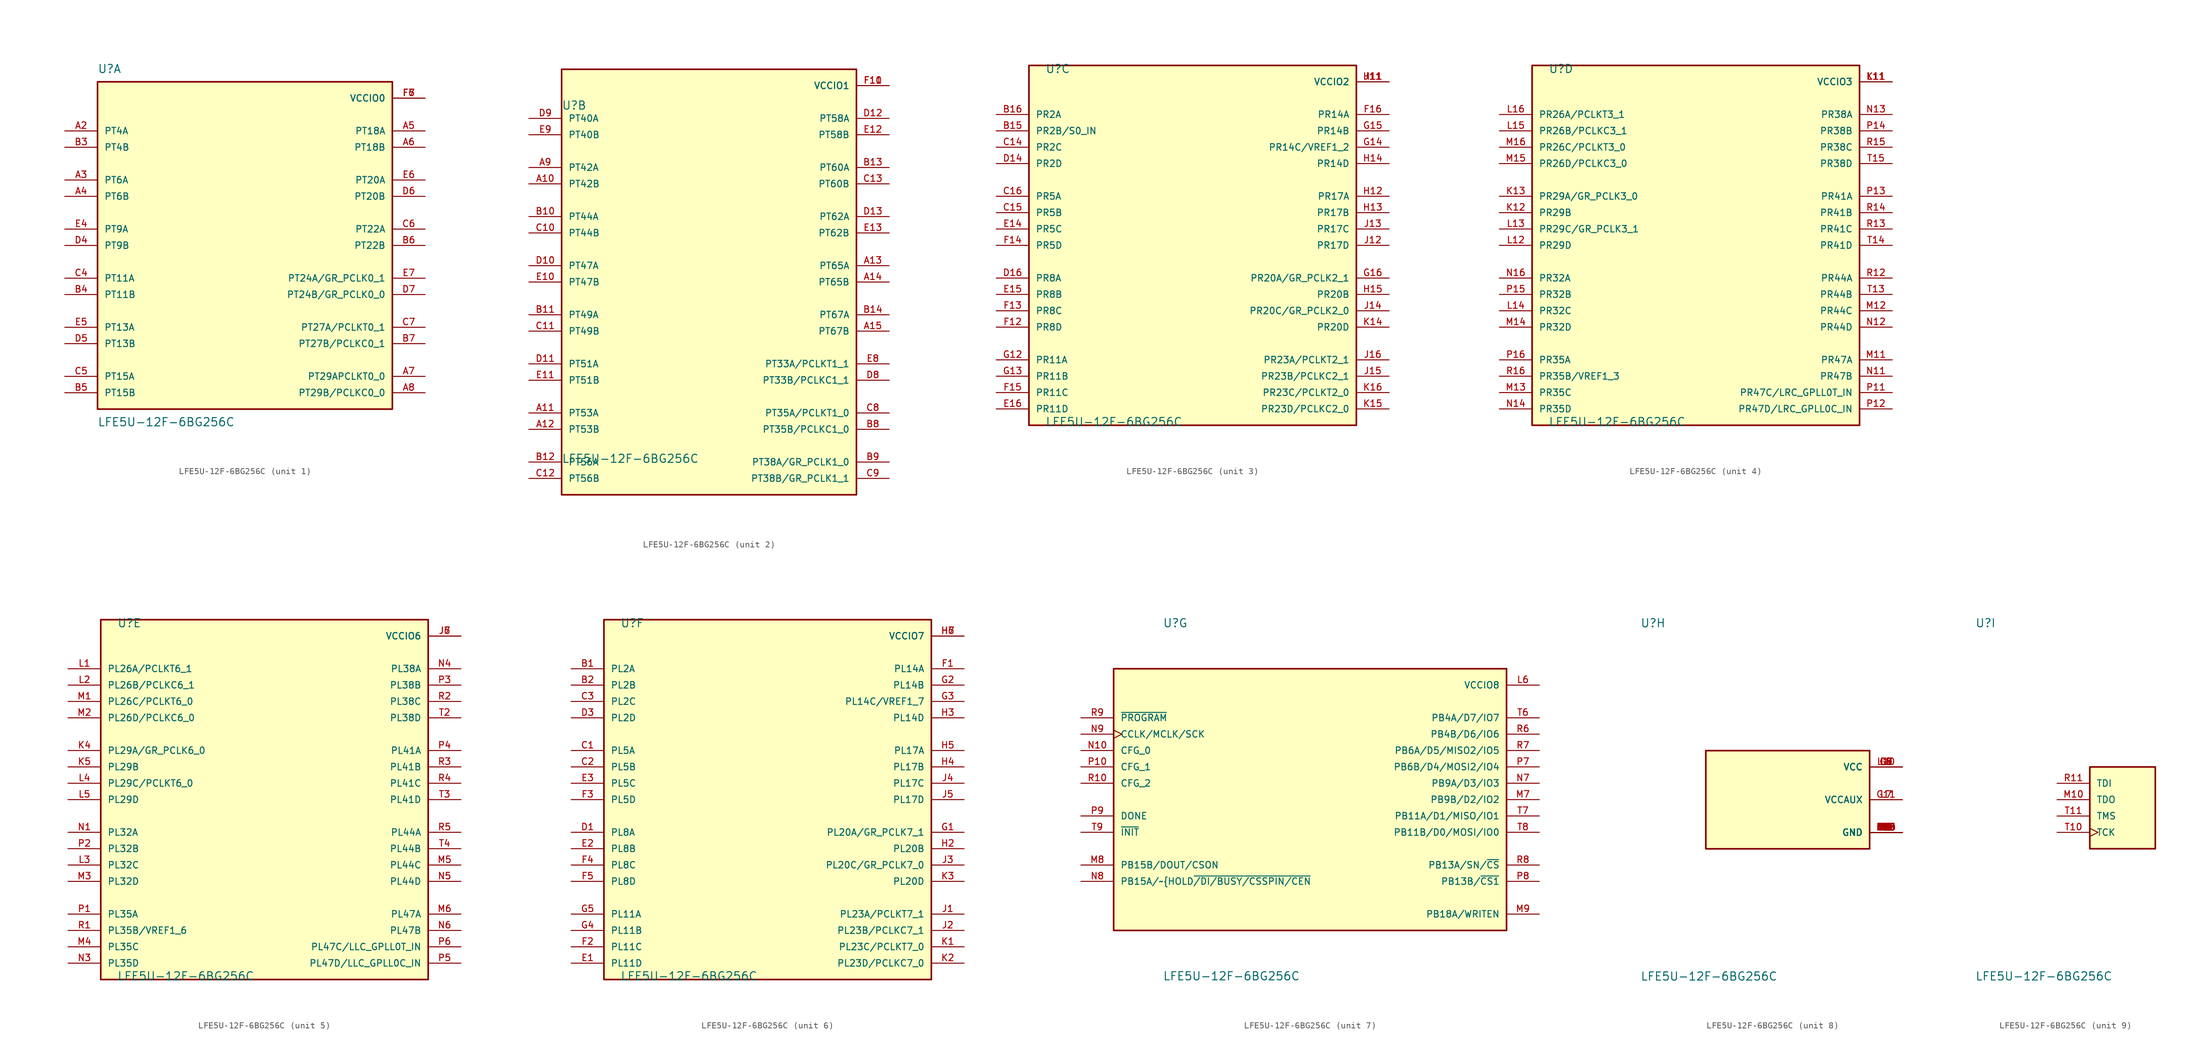
<source format=kicad_sym>
(kicad_symbol_lib
  (version 20211014)
  (generator kicad_symbol_editor)
  (symbol "LFE5U-12F-6BG256C"
    (pin_names
      (offset 1.016))
    (property "Reference" "U"
      (at -22.86 26.67 0)
      (effects (font (size 1.27 1.27)) (justify bottom left)))
    (property "Value" "LFE5U-12F-6BG256C"
      (at -22.86 -26.67 0)
      (effects (font (size 1.27 1.27)) (justify top left)))
    (symbol "LFE5U-12F-6BG256C_1_0"
      (rectangle (start -22.86 -25.4) (end 22.86 25.4) (stroke (width 0.254)) (fill (type background)))
      (pin power_in line (at 27.94 22.86 180.0) (length 5.08) (name "VCCIO0" (effects (font (size 1.016 1.016)))) (number "F6" (effects (font (size 1.016 1.016)))))
      (pin power_in line (at 27.94 22.86 180.0) (length 5.08) (name "VCCIO0" (effects (font (size 1.016 1.016)))) (number "F7" (effects (font (size 1.016 1.016)))))
      (pin bidirectional line (at -27.94 17.78 0) (length 5.08) (name "PT4A" (effects (font (size 1.016 1.016)))) (number "A2" (effects (font (size 1.016 1.016)))))
      (pin bidirectional line (at -27.94 10.16 0) (length 5.08) (name "PT6A" (effects (font (size 1.016 1.016)))) (number "A3" (effects (font (size 1.016 1.016)))))
      (pin bidirectional line (at -27.94 7.62 0) (length 5.08) (name "PT6B" (effects (font (size 1.016 1.016)))) (number "A4" (effects (font (size 1.016 1.016)))))
      (pin bidirectional line (at 27.94 17.78 180.0) (length 5.08) (name "PT18A" (effects (font (size 1.016 1.016)))) (number "A5" (effects (font (size 1.016 1.016)))))
      (pin bidirectional line (at 27.94 15.24 180.0) (length 5.08) (name "PT18B" (effects (font (size 1.016 1.016)))) (number "A6" (effects (font (size 1.016 1.016)))))
      (pin bidirectional line (at 27.94 -20.32 180.0) (length 5.08) (name "PT29APCLKT0_0" (effects (font (size 1.016 1.016)))) (number "A7" (effects (font (size 1.016 1.016)))))
      (pin bidirectional line (at 27.94 -22.86 180.0) (length 5.08) (name "PT29B/PCLKC0_0" (effects (font (size 1.016 1.016)))) (number "A8" (effects (font (size 1.016 1.016)))))
      (pin bidirectional line (at -27.94 15.24 0) (length 5.08) (name "PT4B" (effects (font (size 1.016 1.016)))) (number "B3" (effects (font (size 1.016 1.016)))))
      (pin bidirectional line (at -27.94 -7.62 0) (length 5.08) (name "PT11B" (effects (font (size 1.016 1.016)))) (number "B4" (effects (font (size 1.016 1.016)))))
      (pin bidirectional line (at -27.94 -22.86 0) (length 5.08) (name "PT15B" (effects (font (size 1.016 1.016)))) (number "B5" (effects (font (size 1.016 1.016)))))
      (pin bidirectional line (at 27.94 0.0 180.0) (length 5.08) (name "PT22B" (effects (font (size 1.016 1.016)))) (number "B6" (effects (font (size 1.016 1.016)))))
      (pin bidirectional line (at 27.94 -15.24 180.0) (length 5.08) (name "PT27B/PCLKC0_1" (effects (font (size 1.016 1.016)))) (number "B7" (effects (font (size 1.016 1.016)))))
      (pin bidirectional line (at -27.94 -5.08 0) (length 5.08) (name "PT11A" (effects (font (size 1.016 1.016)))) (number "C4" (effects (font (size 1.016 1.016)))))
      (pin bidirectional line (at -27.94 -20.32 0) (length 5.08) (name "PT15A" (effects (font (size 1.016 1.016)))) (number "C5" (effects (font (size 1.016 1.016)))))
      (pin bidirectional line (at 27.94 2.54 180.0) (length 5.08) (name "PT22A" (effects (font (size 1.016 1.016)))) (number "C6" (effects (font (size 1.016 1.016)))))
      (pin bidirectional line (at 27.94 -12.7 180.0) (length 5.08) (name "PT27A/PCLKT0_1" (effects (font (size 1.016 1.016)))) (number "C7" (effects (font (size 1.016 1.016)))))
      (pin bidirectional line (at -27.94 0.0 0) (length 5.08) (name "PT9B" (effects (font (size 1.016 1.016)))) (number "D4" (effects (font (size 1.016 1.016)))))
      (pin bidirectional line (at -27.94 -15.24 0) (length 5.08) (name "PT13B" (effects (font (size 1.016 1.016)))) (number "D5" (effects (font (size 1.016 1.016)))))
      (pin bidirectional line (at 27.94 7.62 180.0) (length 5.08) (name "PT20B" (effects (font (size 1.016 1.016)))) (number "D6" (effects (font (size 1.016 1.016)))))
      (pin bidirectional line (at 27.94 -7.62 180.0) (length 5.08) (name "PT24B/GR_PCLK0_0" (effects (font (size 1.016 1.016)))) (number "D7" (effects (font (size 1.016 1.016)))))
      (pin bidirectional line (at -27.94 2.54 0) (length 5.08) (name "PT9A" (effects (font (size 1.016 1.016)))) (number "E4" (effects (font (size 1.016 1.016)))))
      (pin bidirectional line (at -27.94 -12.7 0) (length 5.08) (name "PT13A" (effects (font (size 1.016 1.016)))) (number "E5" (effects (font (size 1.016 1.016)))))
      (pin bidirectional line (at 27.94 10.16 180.0) (length 5.08) (name "PT20A" (effects (font (size 1.016 1.016)))) (number "E6" (effects (font (size 1.016 1.016)))))
      (pin bidirectional line (at 27.94 -5.08 180.0) (length 5.08) (name "PT24A/GR_PCLK0_1" (effects (font (size 1.016 1.016)))) (number "E7" (effects (font (size 1.016 1.016))))))
    (symbol "LFE5U-12F-6BG256C_2_0"
      (rectangle (start -22.86 -33.02) (end 22.86 33.02) (stroke (width 0.254)) (fill (type background)))
      (pin power_in line (at 27.94 30.48 180.0) (length 5.08) (name "VCCIO1" (effects (font (size 1.016 1.016)))) (number "F10" (effects (font (size 1.016 1.016)))))
      (pin power_in line (at 27.94 30.48 180.0) (length 5.08) (name "VCCIO1" (effects (font (size 1.016 1.016)))) (number "F11" (effects (font (size 1.016 1.016)))))
      (pin bidirectional line (at -27.94 15.24 0) (length 5.08) (name "PT42B" (effects (font (size 1.016 1.016)))) (number "A10" (effects (font (size 1.016 1.016)))))
      (pin bidirectional line (at -27.94 -20.32 0) (length 5.08) (name "PT53A" (effects (font (size 1.016 1.016)))) (number "A11" (effects (font (size 1.016 1.016)))))
      (pin bidirectional line (at -27.94 -22.86 0) (length 5.08) (name "PT53B" (effects (font (size 1.016 1.016)))) (number "A12" (effects (font (size 1.016 1.016)))))
      (pin bidirectional line (at 27.94 2.54 180.0) (length 5.08) (name "PT65A" (effects (font (size 1.016 1.016)))) (number "A13" (effects (font (size 1.016 1.016)))))
      (pin bidirectional line (at 27.94 0.0 180.0) (length 5.08) (name "PT65B" (effects (font (size 1.016 1.016)))) (number "A14" (effects (font (size 1.016 1.016)))))
      (pin bidirectional line (at 27.94 -7.62 180.0) (length 5.08) (name "PT67B" (effects (font (size 1.016 1.016)))) (number "A15" (effects (font (size 1.016 1.016)))))
      (pin bidirectional line (at -27.94 17.78 0) (length 5.08) (name "PT42A" (effects (font (size 1.016 1.016)))) (number "A9" (effects (font (size 1.016 1.016)))))
      (pin bidirectional line (at -27.94 10.16 0) (length 5.08) (name "PT44A" (effects (font (size 1.016 1.016)))) (number "B10" (effects (font (size 1.016 1.016)))))
      (pin bidirectional line (at -27.94 -5.08 0) (length 5.08) (name "PT49A" (effects (font (size 1.016 1.016)))) (number "B11" (effects (font (size 1.016 1.016)))))
      (pin bidirectional line (at -27.94 -27.94 0) (length 5.08) (name "PT56A" (effects (font (size 1.016 1.016)))) (number "B12" (effects (font (size 1.016 1.016)))))
      (pin bidirectional line (at 27.94 17.78 180.0) (length 5.08) (name "PT60A" (effects (font (size 1.016 1.016)))) (number "B13" (effects (font (size 1.016 1.016)))))
      (pin bidirectional line (at 27.94 -5.08 180.0) (length 5.08) (name "PT67A" (effects (font (size 1.016 1.016)))) (number "B14" (effects (font (size 1.016 1.016)))))
      (pin bidirectional line (at 27.94 -22.86 180.0) (length 5.08) (name "PT35B/PCLKC1_0" (effects (font (size 1.016 1.016)))) (number "B8" (effects (font (size 1.016 1.016)))))
      (pin bidirectional line (at 27.94 -27.94 180.0) (length 5.08) (name "PT38A/GR_PCLK1_0" (effects (font (size 1.016 1.016)))) (number "B9" (effects (font (size 1.016 1.016)))))
      (pin bidirectional line (at -27.94 7.62 0) (length 5.08) (name "PT44B" (effects (font (size 1.016 1.016)))) (number "C10" (effects (font (size 1.016 1.016)))))
      (pin bidirectional line (at -27.94 -7.62 0) (length 5.08) (name "PT49B" (effects (font (size 1.016 1.016)))) (number "C11" (effects (font (size 1.016 1.016)))))
      (pin bidirectional line (at -27.94 -30.48 0) (length 5.08) (name "PT56B" (effects (font (size 1.016 1.016)))) (number "C12" (effects (font (size 1.016 1.016)))))
      (pin bidirectional line (at 27.94 15.24 180.0) (length 5.08) (name "PT60B" (effects (font (size 1.016 1.016)))) (number "C13" (effects (font (size 1.016 1.016)))))
      (pin bidirectional line (at 27.94 -20.32 180.0) (length 5.08) (name "PT35A/PCLKT1_0" (effects (font (size 1.016 1.016)))) (number "C8" (effects (font (size 1.016 1.016)))))
      (pin bidirectional line (at 27.94 -30.48 180.0) (length 5.08) (name "PT38B/GR_PCLK1_1" (effects (font (size 1.016 1.016)))) (number "C9" (effects (font (size 1.016 1.016)))))
      (pin bidirectional line (at -27.94 2.54 0) (length 5.08) (name "PT47A" (effects (font (size 1.016 1.016)))) (number "D10" (effects (font (size 1.016 1.016)))))
      (pin bidirectional line (at -27.94 -12.7 0) (length 5.08) (name "PT51A" (effects (font (size 1.016 1.016)))) (number "D11" (effects (font (size 1.016 1.016)))))
      (pin bidirectional line (at 27.94 25.4 180.0) (length 5.08) (name "PT58A" (effects (font (size 1.016 1.016)))) (number "D12" (effects (font (size 1.016 1.016)))))
      (pin bidirectional line (at 27.94 10.16 180.0) (length 5.08) (name "PT62A" (effects (font (size 1.016 1.016)))) (number "D13" (effects (font (size 1.016 1.016)))))
      (pin bidirectional line (at 27.94 -15.24 180.0) (length 5.08) (name "PT33B/PCLKC1_1" (effects (font (size 1.016 1.016)))) (number "D8" (effects (font (size 1.016 1.016)))))
      (pin bidirectional line (at -27.94 25.4 0) (length 5.08) (name "PT40A" (effects (font (size 1.016 1.016)))) (number "D9" (effects (font (size 1.016 1.016)))))
      (pin bidirectional line (at -27.94 0.0 0) (length 5.08) (name "PT47B" (effects (font (size 1.016 1.016)))) (number "E10" (effects (font (size 1.016 1.016)))))
      (pin bidirectional line (at -27.94 -15.24 0) (length 5.08) (name "PT51B" (effects (font (size 1.016 1.016)))) (number "E11" (effects (font (size 1.016 1.016)))))
      (pin bidirectional line (at 27.94 22.86 180.0) (length 5.08) (name "PT58B" (effects (font (size 1.016 1.016)))) (number "E12" (effects (font (size 1.016 1.016)))))
      (pin bidirectional line (at 27.94 7.62 180.0) (length 5.08) (name "PT62B" (effects (font (size 1.016 1.016)))) (number "E13" (effects (font (size 1.016 1.016)))))
      (pin bidirectional line (at 27.94 -12.7 180.0) (length 5.08) (name "PT33A/PCLKT1_1" (effects (font (size 1.016 1.016)))) (number "E8" (effects (font (size 1.016 1.016)))))
      (pin bidirectional line (at -27.94 22.86 0) (length 5.08) (name "PT40B" (effects (font (size 1.016 1.016)))) (number "E9" (effects (font (size 1.016 1.016))))))
    (symbol "LFE5U-12F-6BG256C_3_0"
      (rectangle (start -25.4 -27.94) (end 25.4 27.94) (stroke (width 0.254)) (fill (type background)))
      (pin power_in line (at 30.48 25.4 180.0) (length 5.08) (name "VCCIO2" (effects (font (size 1.016 1.016)))) (number "H11" (effects (font (size 1.016 1.016)))))
      (pin power_in line (at 30.48 25.4 180.0) (length 5.08) (name "VCCIO2" (effects (font (size 1.016 1.016)))) (number "J11" (effects (font (size 1.016 1.016)))))
      (pin bidirectional line (at -30.48 17.78 0) (length 5.08) (name "PR2B/S0_IN" (effects (font (size 1.016 1.016)))) (number "B15" (effects (font (size 1.016 1.016)))))
      (pin bidirectional line (at -30.48 20.32 0) (length 5.08) (name "PR2A" (effects (font (size 1.016 1.016)))) (number "B16" (effects (font (size 1.016 1.016)))))
      (pin bidirectional line (at -30.48 15.24 0) (length 5.08) (name "PR2C" (effects (font (size 1.016 1.016)))) (number "C14" (effects (font (size 1.016 1.016)))))
      (pin bidirectional line (at -30.48 5.08 0) (length 5.08) (name "PR5B" (effects (font (size 1.016 1.016)))) (number "C15" (effects (font (size 1.016 1.016)))))
      (pin bidirectional line (at -30.48 12.7 0) (length 5.08) (name "PR2D" (effects (font (size 1.016 1.016)))) (number "D14" (effects (font (size 1.016 1.016)))))
      (pin bidirectional line (at -30.48 -5.08 0) (length 5.08) (name "PR8A" (effects (font (size 1.016 1.016)))) (number "D16" (effects (font (size 1.016 1.016)))))
      (pin bidirectional line (at -30.48 2.54 0) (length 5.08) (name "PR5C" (effects (font (size 1.016 1.016)))) (number "E14" (effects (font (size 1.016 1.016)))))
      (pin bidirectional line (at -30.48 -7.62 0) (length 5.08) (name "PR8B" (effects (font (size 1.016 1.016)))) (number "E15" (effects (font (size 1.016 1.016)))))
      (pin bidirectional line (at -30.48 -25.4 0) (length 5.08) (name "PR11D" (effects (font (size 1.016 1.016)))) (number "E16" (effects (font (size 1.016 1.016)))))
      (pin bidirectional line (at -30.48 -12.7 0) (length 5.08) (name "PR8D" (effects (font (size 1.016 1.016)))) (number "F12" (effects (font (size 1.016 1.016)))))
      (pin bidirectional line (at -30.48 -10.16 0) (length 5.08) (name "PR8C" (effects (font (size 1.016 1.016)))) (number "F13" (effects (font (size 1.016 1.016)))))
      (pin bidirectional line (at -30.48 0.0 0) (length 5.08) (name "PR5D" (effects (font (size 1.016 1.016)))) (number "F14" (effects (font (size 1.016 1.016)))))
      (pin bidirectional line (at -30.48 -22.86 0) (length 5.08) (name "PR11C" (effects (font (size 1.016 1.016)))) (number "F15" (effects (font (size 1.016 1.016)))))
      (pin bidirectional line (at 30.48 20.32 180.0) (length 5.08) (name "PR14A" (effects (font (size 1.016 1.016)))) (number "F16" (effects (font (size 1.016 1.016)))))
      (pin bidirectional line (at -30.48 -17.78 0) (length 5.08) (name "PR11A" (effects (font (size 1.016 1.016)))) (number "G12" (effects (font (size 1.016 1.016)))))
      (pin bidirectional line (at -30.48 -20.32 0) (length 5.08) (name "PR11B" (effects (font (size 1.016 1.016)))) (number "G13" (effects (font (size 1.016 1.016)))))
      (pin bidirectional line (at 30.48 15.24 180.0) (length 5.08) (name "PR14C/VREF1_2" (effects (font (size 1.016 1.016)))) (number "G14" (effects (font (size 1.016 1.016)))))
      (pin bidirectional line (at 30.48 17.78 180.0) (length 5.08) (name "PR14B" (effects (font (size 1.016 1.016)))) (number "G15" (effects (font (size 1.016 1.016)))))
      (pin bidirectional line (at 30.48 -5.08 180.0) (length 5.08) (name "PR20A/GR_PCLK2_1" (effects (font (size 1.016 1.016)))) (number "G16" (effects (font (size 1.016 1.016)))))
      (pin bidirectional line (at 30.48 7.62 180.0) (length 5.08) (name "PR17A" (effects (font (size 1.016 1.016)))) (number "H12" (effects (font (size 1.016 1.016)))))
      (pin bidirectional line (at 30.48 5.08 180.0) (length 5.08) (name "PR17B" (effects (font (size 1.016 1.016)))) (number "H13" (effects (font (size 1.016 1.016)))))
      (pin bidirectional line (at 30.48 12.7 180.0) (length 5.08) (name "PR14D" (effects (font (size 1.016 1.016)))) (number "H14" (effects (font (size 1.016 1.016)))))
      (pin bidirectional line (at 30.48 -7.62 180.0) (length 5.08) (name "PR20B" (effects (font (size 1.016 1.016)))) (number "H15" (effects (font (size 1.016 1.016)))))
      (pin bidirectional line (at 30.48 0.0 180.0) (length 5.08) (name "PR17D" (effects (font (size 1.016 1.016)))) (number "J12" (effects (font (size 1.016 1.016)))))
      (pin bidirectional line (at 30.48 2.54 180.0) (length 5.08) (name "PR17C" (effects (font (size 1.016 1.016)))) (number "J13" (effects (font (size 1.016 1.016)))))
      (pin bidirectional line (at 30.48 -10.16 180.0) (length 5.08) (name "PR20C/GR_PCLK2_0" (effects (font (size 1.016 1.016)))) (number "J14" (effects (font (size 1.016 1.016)))))
      (pin bidirectional line (at 30.48 -20.32 180.0) (length 5.08) (name "PR23B/PCLKC2_1" (effects (font (size 1.016 1.016)))) (number "J15" (effects (font (size 1.016 1.016)))))
      (pin bidirectional line (at 30.48 -17.78 180.0) (length 5.08) (name "PR23A/PCLKT2_1" (effects (font (size 1.016 1.016)))) (number "J16" (effects (font (size 1.016 1.016)))))
      (pin bidirectional line (at 30.48 -12.7 180.0) (length 5.08) (name "PR20D" (effects (font (size 1.016 1.016)))) (number "K14" (effects (font (size 1.016 1.016)))))
      (pin bidirectional line (at 30.48 -25.4 180.0) (length 5.08) (name "PR23D/PCLKC2_0" (effects (font (size 1.016 1.016)))) (number "K15" (effects (font (size 1.016 1.016)))))
      (pin bidirectional line (at 30.48 -22.86 180.0) (length 5.08) (name "PR23C/PCLKT2_0" (effects (font (size 1.016 1.016)))) (number "K16" (effects (font (size 1.016 1.016)))))
      (pin bidirectional line (at -30.48 7.62 0) (length 5.08) (name "PR5A" (effects (font (size 1.016 1.016)))) (number "C16" (effects (font (size 1.016 1.016))))))
    (symbol "LFE5U-12F-6BG256C_4_0"
      (rectangle (start -25.4 -27.94) (end 25.4 27.94) (stroke (width 0.254)) (fill (type background)))
      (pin power_in line (at 30.48 25.4 180.0) (length 5.08) (name "VCCIO3" (effects (font (size 1.016 1.016)))) (number "K11" (effects (font (size 1.016 1.016)))))
      (pin power_in line (at 30.48 25.4 180.0) (length 5.08) (name "VCCIO3" (effects (font (size 1.016 1.016)))) (number "L11" (effects (font (size 1.016 1.016)))))
      (pin bidirectional line (at -30.48 5.08 0) (length 5.08) (name "PR29B" (effects (font (size 1.016 1.016)))) (number "K12" (effects (font (size 1.016 1.016)))))
      (pin bidirectional line (at -30.48 7.62 0) (length 5.08) (name "PR29A/GR_PCLK3_0" (effects (font (size 1.016 1.016)))) (number "K13" (effects (font (size 1.016 1.016)))))
      (pin bidirectional line (at -30.48 0.0 0) (length 5.08) (name "PR29D" (effects (font (size 1.016 1.016)))) (number "L12" (effects (font (size 1.016 1.016)))))
      (pin bidirectional line (at -30.48 2.54 0) (length 5.08) (name "PR29C/GR_PCLK3_1" (effects (font (size 1.016 1.016)))) (number "L13" (effects (font (size 1.016 1.016)))))
      (pin bidirectional line (at -30.48 -10.16 0) (length 5.08) (name "PR32C" (effects (font (size 1.016 1.016)))) (number "L14" (effects (font (size 1.016 1.016)))))
      (pin bidirectional line (at -30.48 17.78 0) (length 5.08) (name "PR26B/PCLKC3_1" (effects (font (size 1.016 1.016)))) (number "L15" (effects (font (size 1.016 1.016)))))
      (pin bidirectional line (at -30.48 20.32 0) (length 5.08) (name "PR26A/PCLKT3_1" (effects (font (size 1.016 1.016)))) (number "L16" (effects (font (size 1.016 1.016)))))
      (pin bidirectional line (at 30.48 -17.78 180.0) (length 5.08) (name "PR47A" (effects (font (size 1.016 1.016)))) (number "M11" (effects (font (size 1.016 1.016)))))
      (pin bidirectional line (at 30.48 -10.16 180.0) (length 5.08) (name "PR44C" (effects (font (size 1.016 1.016)))) (number "M12" (effects (font (size 1.016 1.016)))))
      (pin bidirectional line (at -30.48 -22.86 0) (length 5.08) (name "PR35C" (effects (font (size 1.016 1.016)))) (number "M13" (effects (font (size 1.016 1.016)))))
      (pin bidirectional line (at -30.48 -12.7 0) (length 5.08) (name "PR32D" (effects (font (size 1.016 1.016)))) (number "M14" (effects (font (size 1.016 1.016)))))
      (pin bidirectional line (at -30.48 12.7 0) (length 5.08) (name "PR26D/PCLKC3_0" (effects (font (size 1.016 1.016)))) (number "M15" (effects (font (size 1.016 1.016)))))
      (pin bidirectional line (at -30.48 15.24 0) (length 5.08) (name "PR26C/PCLKT3_0" (effects (font (size 1.016 1.016)))) (number "M16" (effects (font (size 1.016 1.016)))))
      (pin bidirectional line (at 30.48 -20.32 180.0) (length 5.08) (name "PR47B" (effects (font (size 1.016 1.016)))) (number "N11" (effects (font (size 1.016 1.016)))))
      (pin bidirectional line (at 30.48 -12.7 180.0) (length 5.08) (name "PR44D" (effects (font (size 1.016 1.016)))) (number "N12" (effects (font (size 1.016 1.016)))))
      (pin bidirectional line (at 30.48 20.32 180.0) (length 5.08) (name "PR38A" (effects (font (size 1.016 1.016)))) (number "N13" (effects (font (size 1.016 1.016)))))
      (pin bidirectional line (at -30.48 -25.4 0) (length 5.08) (name "PR35D" (effects (font (size 1.016 1.016)))) (number "N14" (effects (font (size 1.016 1.016)))))
      (pin bidirectional line (at 30.48 -22.86 180.0) (length 5.08) (name "PR47C/LRC_GPLL0T_IN" (effects (font (size 1.016 1.016)))) (number "P11" (effects (font (size 1.016 1.016)))))
      (pin bidirectional line (at 30.48 -25.4 180.0) (length 5.08) (name "PR47D/LRC_GPLL0C_IN" (effects (font (size 1.016 1.016)))) (number "P12" (effects (font (size 1.016 1.016)))))
      (pin bidirectional line (at 30.48 7.62 180.0) (length 5.08) (name "PR41A" (effects (font (size 1.016 1.016)))) (number "P13" (effects (font (size 1.016 1.016)))))
      (pin bidirectional line (at 30.48 17.78 180.0) (length 5.08) (name "PR38B" (effects (font (size 1.016 1.016)))) (number "P14" (effects (font (size 1.016 1.016)))))
      (pin bidirectional line (at -30.48 -7.62 0) (length 5.08) (name "PR32B" (effects (font (size 1.016 1.016)))) (number "P15" (effects (font (size 1.016 1.016)))))
      (pin bidirectional line (at -30.48 -17.78 0) (length 5.08) (name "PR35A" (effects (font (size 1.016 1.016)))) (number "P16" (effects (font (size 1.016 1.016)))))
      (pin bidirectional line (at 30.48 -5.08 180.0) (length 5.08) (name "PR44A" (effects (font (size 1.016 1.016)))) (number "R12" (effects (font (size 1.016 1.016)))))
      (pin bidirectional line (at 30.48 2.54 180.0) (length 5.08) (name "PR41C" (effects (font (size 1.016 1.016)))) (number "R13" (effects (font (size 1.016 1.016)))))
      (pin bidirectional line (at 30.48 5.08 180.0) (length 5.08) (name "PR41B" (effects (font (size 1.016 1.016)))) (number "R14" (effects (font (size 1.016 1.016)))))
      (pin bidirectional line (at 30.48 15.24 180.0) (length 5.08) (name "PR38C" (effects (font (size 1.016 1.016)))) (number "R15" (effects (font (size 1.016 1.016)))))
      (pin bidirectional line (at -30.48 -20.32 0) (length 5.08) (name "PR35B/VREF1_3" (effects (font (size 1.016 1.016)))) (number "R16" (effects (font (size 1.016 1.016)))))
      (pin bidirectional line (at 30.48 -7.62 180.0) (length 5.08) (name "PR44B" (effects (font (size 1.016 1.016)))) (number "T13" (effects (font (size 1.016 1.016)))))
      (pin bidirectional line (at 30.48 0.0 180.0) (length 5.08) (name "PR41D" (effects (font (size 1.016 1.016)))) (number "T14" (effects (font (size 1.016 1.016)))))
      (pin bidirectional line (at 30.48 12.7 180.0) (length 5.08) (name "PR38D" (effects (font (size 1.016 1.016)))) (number "T15" (effects (font (size 1.016 1.016)))))
      (pin bidirectional line (at -30.48 -5.08 0) (length 5.08) (name "PR32A" (effects (font (size 1.016 1.016)))) (number "N16" (effects (font (size 1.016 1.016))))))
    (symbol "LFE5U-12F-6BG256C_5_0"
      (rectangle (start -25.4 -27.94) (end 25.4 27.94) (stroke (width 0.254)) (fill (type background)))
      (pin power_in line (at 30.48 25.4 180.0) (length 5.08) (name "VCCIO6" (effects (font (size 1.016 1.016)))) (number "J6" (effects (font (size 1.016 1.016)))))
      (pin power_in line (at 30.48 25.4 180.0) (length 5.08) (name "VCCIO6" (effects (font (size 1.016 1.016)))) (number "J7" (effects (font (size 1.016 1.016)))))
      (pin bidirectional line (at -30.48 7.62 0) (length 5.08) (name "PL29A/GR_PCLK6_0" (effects (font (size 1.016 1.016)))) (number "K4" (effects (font (size 1.016 1.016)))))
      (pin bidirectional line (at -30.48 5.08 0) (length 5.08) (name "PL29B" (effects (font (size 1.016 1.016)))) (number "K5" (effects (font (size 1.016 1.016)))))
      (pin bidirectional line (at -30.48 20.32 0) (length 5.08) (name "PL26A/PCLKT6_1" (effects (font (size 1.016 1.016)))) (number "L1" (effects (font (size 1.016 1.016)))))
      (pin bidirectional line (at -30.48 17.78 0) (length 5.08) (name "PL26B/PCLKC6_1" (effects (font (size 1.016 1.016)))) (number "L2" (effects (font (size 1.016 1.016)))))
      (pin bidirectional line (at -30.48 -10.16 0) (length 5.08) (name "PL32C" (effects (font (size 1.016 1.016)))) (number "L3" (effects (font (size 1.016 1.016)))))
      (pin bidirectional line (at -30.48 2.54 0) (length 5.08) (name "PL29C/PCLKT6_0" (effects (font (size 1.016 1.016)))) (number "L4" (effects (font (size 1.016 1.016)))))
      (pin bidirectional line (at -30.48 0.0 0) (length 5.08) (name "PL29D" (effects (font (size 1.016 1.016)))) (number "L5" (effects (font (size 1.016 1.016)))))
      (pin bidirectional line (at -30.48 -12.7 0) (length 5.08) (name "PL32D" (effects (font (size 1.016 1.016)))) (number "M3" (effects (font (size 1.016 1.016)))))
      (pin bidirectional line (at -30.48 -22.86 0) (length 5.08) (name "PL35C" (effects (font (size 1.016 1.016)))) (number "M4" (effects (font (size 1.016 1.016)))))
      (pin bidirectional line (at 30.48 -10.16 180.0) (length 5.08) (name "PL44C" (effects (font (size 1.016 1.016)))) (number "M5" (effects (font (size 1.016 1.016)))))
      (pin bidirectional line (at 30.48 -17.78 180.0) (length 5.08) (name "PL47A" (effects (font (size 1.016 1.016)))) (number "M6" (effects (font (size 1.016 1.016)))))
      (pin bidirectional line (at -30.48 -5.08 0) (length 5.08) (name "PL32A" (effects (font (size 1.016 1.016)))) (number "N1" (effects (font (size 1.016 1.016)))))
      (pin bidirectional line (at -30.48 -25.4 0) (length 5.08) (name "PL35D" (effects (font (size 1.016 1.016)))) (number "N3" (effects (font (size 1.016 1.016)))))
      (pin bidirectional line (at 30.48 20.32 180.0) (length 5.08) (name "PL38A" (effects (font (size 1.016 1.016)))) (number "N4" (effects (font (size 1.016 1.016)))))
      (pin bidirectional line (at 30.48 17.78 180.0) (length 5.08) (name "PL38B" (effects (font (size 1.016 1.016)))) (number "P3" (effects (font (size 1.016 1.016)))))
      (pin bidirectional line (at 30.48 -25.4 180.0) (length 5.08) (name "PL47D/LLC_GPLL0C_IN" (effects (font (size 1.016 1.016)))) (number "P5" (effects (font (size 1.016 1.016)))))
      (pin bidirectional line (at 30.48 -22.86 180.0) (length 5.08) (name "PL47C/LLC_GPLL0T_IN" (effects (font (size 1.016 1.016)))) (number "P6" (effects (font (size 1.016 1.016)))))
      (pin bidirectional line (at -30.48 -20.32 0) (length 5.08) (name "PL35B/VREF1_6" (effects (font (size 1.016 1.016)))) (number "R1" (effects (font (size 1.016 1.016)))))
      (pin bidirectional line (at 30.48 15.24 180.0) (length 5.08) (name "PL38C" (effects (font (size 1.016 1.016)))) (number "R2" (effects (font (size 1.016 1.016)))))
      (pin bidirectional line (at 30.48 5.08 180.0) (length 5.08) (name "PL41B" (effects (font (size 1.016 1.016)))) (number "R3" (effects (font (size 1.016 1.016)))))
      (pin bidirectional line (at 30.48 2.54 180.0) (length 5.08) (name "PL41C" (effects (font (size 1.016 1.016)))) (number "R4" (effects (font (size 1.016 1.016)))))
      (pin bidirectional line (at 30.48 -5.08 180.0) (length 5.08) (name "PL44A" (effects (font (size 1.016 1.016)))) (number "R5" (effects (font (size 1.016 1.016)))))
      (pin bidirectional line (at 30.48 12.7 180.0) (length 5.08) (name "PL38D" (effects (font (size 1.016 1.016)))) (number "T2" (effects (font (size 1.016 1.016)))))
      (pin bidirectional line (at 30.48 0.0 180.0) (length 5.08) (name "PL41D" (effects (font (size 1.016 1.016)))) (number "T3" (effects (font (size 1.016 1.016)))))
      (pin bidirectional line (at 30.48 -7.62 180.0) (length 5.08) (name "PL44B" (effects (font (size 1.016 1.016)))) (number "T4" (effects (font (size 1.016 1.016)))))
      (pin bidirectional line (at -30.48 15.24 0) (length 5.08) (name "PL26C/PCLKT6_0" (effects (font (size 1.016 1.016)))) (number "M1" (effects (font (size 1.016 1.016)))))
      (pin bidirectional line (at -30.48 12.7 0) (length 5.08) (name "PL26D/PCLKC6_0" (effects (font (size 1.016 1.016)))) (number "M2" (effects (font (size 1.016 1.016)))))
      (pin bidirectional line (at 30.48 -12.7 180.0) (length 5.08) (name "PL44D" (effects (font (size 1.016 1.016)))) (number "N5" (effects (font (size 1.016 1.016)))))
      (pin bidirectional line (at 30.48 -20.32 180.0) (length 5.08) (name "PL47B" (effects (font (size 1.016 1.016)))) (number "N6" (effects (font (size 1.016 1.016)))))
      (pin bidirectional line (at -30.48 -17.78 0) (length 5.08) (name "PL35A" (effects (font (size 1.016 1.016)))) (number "P1" (effects (font (size 1.016 1.016)))))
      (pin bidirectional line (at -30.48 -7.62 0) (length 5.08) (name "PL32B" (effects (font (size 1.016 1.016)))) (number "P2" (effects (font (size 1.016 1.016)))))
      (pin bidirectional line (at 30.48 7.62 180.0) (length 5.08) (name "PL41A" (effects (font (size 1.016 1.016)))) (number "P4" (effects (font (size 1.016 1.016))))))
    (symbol "LFE5U-12F-6BG256C_6_0"
      (rectangle (start -25.4 -27.94) (end 25.4 27.94) (stroke (width 0.254)) (fill (type background)))
      (pin power_in line (at 30.48 25.4 180.0) (length 5.08) (name "VCCIO7" (effects (font (size 1.016 1.016)))) (number "H6" (effects (font (size 1.016 1.016)))))
      (pin power_in line (at 30.48 25.4 180.0) (length 5.08) (name "VCCIO7" (effects (font (size 1.016 1.016)))) (number "H7" (effects (font (size 1.016 1.016)))))
      (pin bidirectional line (at -30.48 20.32 0) (length 5.08) (name "PL2A" (effects (font (size 1.016 1.016)))) (number "B1" (effects (font (size 1.016 1.016)))))
      (pin bidirectional line (at -30.48 17.78 0) (length 5.08) (name "PL2B" (effects (font (size 1.016 1.016)))) (number "B2" (effects (font (size 1.016 1.016)))))
      (pin bidirectional line (at -30.48 7.62 0) (length 5.08) (name "PL5A" (effects (font (size 1.016 1.016)))) (number "C1" (effects (font (size 1.016 1.016)))))
      (pin bidirectional line (at -30.48 5.08 0) (length 5.08) (name "PL5B" (effects (font (size 1.016 1.016)))) (number "C2" (effects (font (size 1.016 1.016)))))
      (pin bidirectional line (at -30.48 15.24 0) (length 5.08) (name "PL2C" (effects (font (size 1.016 1.016)))) (number "C3" (effects (font (size 1.016 1.016)))))
      (pin bidirectional line (at -30.48 -5.08 0) (length 5.08) (name "PL8A" (effects (font (size 1.016 1.016)))) (number "D1" (effects (font (size 1.016 1.016)))))
      (pin bidirectional line (at -30.48 12.7 0) (length 5.08) (name "PL2D" (effects (font (size 1.016 1.016)))) (number "D3" (effects (font (size 1.016 1.016)))))
      (pin bidirectional line (at -30.48 -25.4 0) (length 5.08) (name "PL11D" (effects (font (size 1.016 1.016)))) (number "E1" (effects (font (size 1.016 1.016)))))
      (pin bidirectional line (at -30.48 -7.62 0) (length 5.08) (name "PL8B" (effects (font (size 1.016 1.016)))) (number "E2" (effects (font (size 1.016 1.016)))))
      (pin bidirectional line (at -30.48 2.54 0) (length 5.08) (name "PL5C" (effects (font (size 1.016 1.016)))) (number "E3" (effects (font (size 1.016 1.016)))))
      (pin bidirectional line (at 30.48 20.32 180.0) (length 5.08) (name "PL14A" (effects (font (size 1.016 1.016)))) (number "F1" (effects (font (size 1.016 1.016)))))
      (pin bidirectional line (at -30.48 -22.86 0) (length 5.08) (name "PL11C" (effects (font (size 1.016 1.016)))) (number "F2" (effects (font (size 1.016 1.016)))))
      (pin bidirectional line (at -30.48 0.0 0) (length 5.08) (name "PL5D" (effects (font (size 1.016 1.016)))) (number "F3" (effects (font (size 1.016 1.016)))))
      (pin bidirectional line (at -30.48 -10.16 0) (length 5.08) (name "PL8C" (effects (font (size 1.016 1.016)))) (number "F4" (effects (font (size 1.016 1.016)))))
      (pin bidirectional line (at -30.48 -12.7 0) (length 5.08) (name "PL8D" (effects (font (size 1.016 1.016)))) (number "F5" (effects (font (size 1.016 1.016)))))
      (pin bidirectional line (at 30.48 -5.08 180.0) (length 5.08) (name "PL20A/GR_PCLK7_1" (effects (font (size 1.016 1.016)))) (number "G1" (effects (font (size 1.016 1.016)))))
      (pin bidirectional line (at 30.48 17.78 180.0) (length 5.08) (name "PL14B" (effects (font (size 1.016 1.016)))) (number "G2" (effects (font (size 1.016 1.016)))))
      (pin bidirectional line (at 30.48 15.24 180.0) (length 5.08) (name "PL14C/VREF1_7" (effects (font (size 1.016 1.016)))) (number "G3" (effects (font (size 1.016 1.016)))))
      (pin bidirectional line (at -30.48 -20.32 0) (length 5.08) (name "PL11B" (effects (font (size 1.016 1.016)))) (number "G4" (effects (font (size 1.016 1.016)))))
      (pin bidirectional line (at -30.48 -17.78 0) (length 5.08) (name "PL11A" (effects (font (size 1.016 1.016)))) (number "G5" (effects (font (size 1.016 1.016)))))
      (pin bidirectional line (at 30.48 -7.62 180.0) (length 5.08) (name "PL20B" (effects (font (size 1.016 1.016)))) (number "H2" (effects (font (size 1.016 1.016)))))
      (pin bidirectional line (at 30.48 12.7 180.0) (length 5.08) (name "PL14D" (effects (font (size 1.016 1.016)))) (number "H3" (effects (font (size 1.016 1.016)))))
      (pin bidirectional line (at 30.48 5.08 180.0) (length 5.08) (name "PL17B" (effects (font (size 1.016 1.016)))) (number "H4" (effects (font (size 1.016 1.016)))))
      (pin bidirectional line (at 30.48 7.62 180.0) (length 5.08) (name "PL17A" (effects (font (size 1.016 1.016)))) (number "H5" (effects (font (size 1.016 1.016)))))
      (pin bidirectional line (at 30.48 -17.78 180.0) (length 5.08) (name "PL23A/PCLKT7_1" (effects (font (size 1.016 1.016)))) (number "J1" (effects (font (size 1.016 1.016)))))
      (pin bidirectional line (at 30.48 -20.32 180.0) (length 5.08) (name "PL23B/PCLKC7_1" (effects (font (size 1.016 1.016)))) (number "J2" (effects (font (size 1.016 1.016)))))
      (pin bidirectional line (at 30.48 -10.16 180.0) (length 5.08) (name "PL20C/GR_PCLK7_0" (effects (font (size 1.016 1.016)))) (number "J3" (effects (font (size 1.016 1.016)))))
      (pin bidirectional line (at 30.48 2.54 180.0) (length 5.08) (name "PL17C" (effects (font (size 1.016 1.016)))) (number "J4" (effects (font (size 1.016 1.016)))))
      (pin bidirectional line (at 30.48 0.0 180.0) (length 5.08) (name "PL17D" (effects (font (size 1.016 1.016)))) (number "J5" (effects (font (size 1.016 1.016)))))
      (pin bidirectional line (at 30.48 -22.86 180.0) (length 5.08) (name "PL23C/PCLKT7_0" (effects (font (size 1.016 1.016)))) (number "K1" (effects (font (size 1.016 1.016)))))
      (pin bidirectional line (at 30.48 -25.4 180.0) (length 5.08) (name "PL23D/PCLKC7_0" (effects (font (size 1.016 1.016)))) (number "K2" (effects (font (size 1.016 1.016)))))
      (pin bidirectional line (at 30.48 -12.7 180.0) (length 5.08) (name "PL20D" (effects (font (size 1.016 1.016)))) (number "K3" (effects (font (size 1.016 1.016))))))
    (symbol "LFE5U-12F-6BG256C_7_0"
      (rectangle (start -30.48 -20.32) (end 30.48 20.32) (stroke (width 0.254)) (fill (type background)))
      (pin power_in line (at 35.56 17.78 180.0) (length 5.08) (name "VCCIO8" (effects (font (size 1.016 1.016)))) (number "L6" (effects (font (size 1.016 1.016)))))
      (pin bidirectional line (at -35.56 -5.08 0) (length 5.08) (name "~{INIT}" (effects (font (size 1.016 1.016)))) (number "T9" (effects (font (size 1.016 1.016)))))
      (pin input clock (at -35.56 10.16 0) (length 5.08) (name "CCLK/MCLK/SCK" (effects (font (size 1.016 1.016)))) (number "N9" (effects (font (size 1.016 1.016)))))
      (pin input line (at -35.56 7.62 0) (length 5.08) (name "CFG_0" (effects (font (size 1.016 1.016)))) (number "N10" (effects (font (size 1.016 1.016)))))
      (pin input line (at -35.56 5.08 0) (length 5.08) (name "CFG_1" (effects (font (size 1.016 1.016)))) (number "P10" (effects (font (size 1.016 1.016)))))
      (pin input line (at -35.56 2.54 0) (length 5.08) (name "CFG_2" (effects (font (size 1.016 1.016)))) (number "R10" (effects (font (size 1.016 1.016)))))
      (pin bidirectional line (at -35.56 -2.54 0) (length 5.08) (name "DONE" (effects (font (size 1.016 1.016)))) (number "P9" (effects (font (size 1.016 1.016)))))
      (pin bidirectional line (at 35.56 -2.54 180.0) (length 5.08) (name "PB11A/D1/MISO/IO1" (effects (font (size 1.016 1.016)))) (number "T7" (effects (font (size 1.016 1.016)))))
      (pin bidirectional line (at 35.56 -5.08 180.0) (length 5.08) (name "PB11B/D0/MOSI/IO0" (effects (font (size 1.016 1.016)))) (number "T8" (effects (font (size 1.016 1.016)))))
      (pin bidirectional line (at 35.56 -10.16 180.0) (length 5.08) (name "PB13A/SN/~{CS}" (effects (font (size 1.016 1.016)))) (number "R8" (effects (font (size 1.016 1.016)))))
      (pin bidirectional line (at 35.56 -12.7 180.0) (length 5.08) (name "PB13B/~{CS1}" (effects (font (size 1.016 1.016)))) (number "P8" (effects (font (size 1.016 1.016)))))
      (pin bidirectional line (at -35.56 -12.7 0) (length 5.08) (name "PB15A/~{HOLD~{/DI/BUSY/CSSPIN/CEN}" (effects (font (size 1.016 1.016)))) (number "N8" (effects (font (size 1.016 1.016)))))
      (pin bidirectional line (at -35.56 -10.16 0) (length 5.08) (name "PB15B/DOUT/CSON" (effects (font (size 1.016 1.016)))) (number "M8" (effects (font (size 1.016 1.016)))))
      (pin bidirectional line (at 35.56 -17.78 180.0) (length 5.08) (name "PB18A/WRITEN" (effects (font (size 1.016 1.016)))) (number "M9" (effects (font (size 1.016 1.016)))))
      (pin bidirectional line (at 35.56 12.7 180.0) (length 5.08) (name "PB4A/D7/IO7" (effects (font (size 1.016 1.016)))) (number "T6" (effects (font (size 1.016 1.016)))))
      (pin bidirectional line (at 35.56 10.16 180.0) (length 5.08) (name "PB4B/D6/IO6" (effects (font (size 1.016 1.016)))) (number "R6" (effects (font (size 1.016 1.016)))))
      (pin bidirectional line (at 35.56 7.62 180.0) (length 5.08) (name "PB6A/D5/MISO2/IO5" (effects (font (size 1.016 1.016)))) (number "R7" (effects (font (size 1.016 1.016)))))
      (pin bidirectional line (at 35.56 5.08 180.0) (length 5.08) (name "PB6B/D4/MOSI2/IO4" (effects (font (size 1.016 1.016)))) (number "P7" (effects (font (size 1.016 1.016)))))
      (pin bidirectional line (at 35.56 2.54 180.0) (length 5.08) (name "PB9A/D3/IO3" (effects (font (size 1.016 1.016)))) (number "N7" (effects (font (size 1.016 1.016)))))
      (pin bidirectional line (at 35.56 0.0 180.0) (length 5.08) (name "PB9B/D2/IO2" (effects (font (size 1.016 1.016)))) (number "M7" (effects (font (size 1.016 1.016)))))
      (pin input line (at -35.56 12.7 0) (length 5.08) (name "~{PROGRAM}" (effects (font (size 1.016 1.016)))) (number "R9" (effects (font (size 1.016 1.016))))))
    (symbol "LFE5U-12F-6BG256C_8_0"
      (rectangle (start -12.7 -7.62) (end 12.7 7.62) (stroke (width 0.254)) (fill (type background)))
      (pin power_in line (at 17.78 5.08 180.0) (length 5.08) (name "VCC" (effects (font (size 1.016 1.016)))) (number "G6" (effects (font (size 1.016 1.016)))))
      (pin power_in line (at 17.78 5.08 180.0) (length 5.08) (name "VCC" (effects (font (size 1.016 1.016)))) (number "G7" (effects (font (size 1.016 1.016)))))
      (pin power_in line (at 17.78 5.08 180.0) (length 5.08) (name "VCC" (effects (font (size 1.016 1.016)))) (number "G9" (effects (font (size 1.016 1.016)))))
      (pin power_in line (at 17.78 5.08 180.0) (length 5.08) (name "VCC" (effects (font (size 1.016 1.016)))) (number "L8" (effects (font (size 1.016 1.016)))))
      (pin power_in line (at 17.78 5.08 180.0) (length 5.08) (name "VCC" (effects (font (size 1.016 1.016)))) (number "L9" (effects (font (size 1.016 1.016)))))
      (pin power_in line (at 17.78 5.08 180.0) (length 5.08) (name "VCC" (effects (font (size 1.016 1.016)))) (number "L10" (effects (font (size 1.016 1.016)))))
      (pin power_in line (at 17.78 0.0 180.0) (length 5.08) (name "VCCAUX" (effects (font (size 1.016 1.016)))) (number "G11" (effects (font (size 1.016 1.016)))))
      (pin power_in line (at 17.78 0.0 180.0) (length 5.08) (name "VCCAUX" (effects (font (size 1.016 1.016)))) (number "L7" (effects (font (size 1.016 1.016)))))
      (pin power_in line (at 17.78 -5.08 180.0) (length 5.08) (name "GND" (effects (font (size 1.016 1.016)))) (number "A1" (effects (font (size 1.016 1.016)))))
      (pin power_in line (at 17.78 -5.08 180.0) (length 5.08) (name "GND" (effects (font (size 1.016 1.016)))) (number "A16" (effects (font (size 1.016 1.016)))))
      (pin power_in line (at 17.78 -5.08 180.0) (length 5.08) (name "GND" (effects (font (size 1.016 1.016)))) (number "D2" (effects (font (size 1.016 1.016)))))
      (pin power_in line (at 17.78 -5.08 180.0) (length 5.08) (name "GND" (effects (font (size 1.016 1.016)))) (number "D15" (effects (font (size 1.016 1.016)))))
      (pin power_in line (at 17.78 -5.08 180.0) (length 5.08) (name "GND" (effects (font (size 1.016 1.016)))) (number "F8" (effects (font (size 1.016 1.016)))))
      (pin power_in line (at 17.78 -5.08 180.0) (length 5.08) (name "GND" (effects (font (size 1.016 1.016)))) (number "F9" (effects (font (size 1.016 1.016)))))
      (pin power_in line (at 17.78 -5.08 180.0) (length 5.08) (name "GND" (effects (font (size 1.016 1.016)))) (number "G8" (effects (font (size 1.016 1.016)))))
      (pin power_in line (at 17.78 -5.08 180.0) (length 5.08) (name "GND" (effects (font (size 1.016 1.016)))) (number "G10" (effects (font (size 1.016 1.016)))))
      (pin power_in line (at 17.78 -5.08 180.0) (length 5.08) (name "GND" (effects (font (size 1.016 1.016)))) (number "H1" (effects (font (size 1.016 1.016)))))
      (pin power_in line (at 17.78 -5.08 180.0) (length 5.08) (name "GND" (effects (font (size 1.016 1.016)))) (number "H8" (effects (font (size 1.016 1.016)))))
      (pin power_in line (at 17.78 -5.08 180.0) (length 5.08) (name "GND" (effects (font (size 1.016 1.016)))) (number "H9" (effects (font (size 1.016 1.016)))))
      (pin power_in line (at 17.78 -5.08 180.0) (length 5.08) (name "GND" (effects (font (size 1.016 1.016)))) (number "H10" (effects (font (size 1.016 1.016)))))
      (pin power_in line (at 17.78 -5.08 180.0) (length 5.08) (name "GND" (effects (font (size 1.016 1.016)))) (number "H16" (effects (font (size 1.016 1.016)))))
      (pin power_in line (at 17.78 -5.08 180.0) (length 5.08) (name "GND" (effects (font (size 1.016 1.016)))) (number "J8" (effects (font (size 1.016 1.016)))))
      (pin power_in line (at 17.78 -5.08 180.0) (length 5.08) (name "GND" (effects (font (size 1.016 1.016)))) (number "J9" (effects (font (size 1.016 1.016)))))
      (pin power_in line (at 17.78 -5.08 180.0) (length 5.08) (name "GND" (effects (font (size 1.016 1.016)))) (number "J10" (effects (font (size 1.016 1.016)))))
      (pin power_in line (at 17.78 -5.08 180.0) (length 5.08) (name "GND" (effects (font (size 1.016 1.016)))) (number "K6" (effects (font (size 1.016 1.016)))))
      (pin power_in line (at 17.78 -5.08 180.0) (length 5.08) (name "GND" (effects (font (size 1.016 1.016)))) (number "K7" (effects (font (size 1.016 1.016)))))
      (pin power_in line (at 17.78 -5.08 180.0) (length 5.08) (name "GND" (effects (font (size 1.016 1.016)))) (number "K8" (effects (font (size 1.016 1.016)))))
      (pin power_in line (at 17.78 -5.08 180.0) (length 5.08) (name "GND" (effects (font (size 1.016 1.016)))) (number "K9" (effects (font (size 1.016 1.016)))))
      (pin power_in line (at 17.78 -5.08 180.0) (length 5.08) (name "GND" (effects (font (size 1.016 1.016)))) (number "K10" (effects (font (size 1.016 1.016)))))
      (pin power_in line (at 17.78 -5.08 180.0) (length 5.08) (name "GND" (effects (font (size 1.016 1.016)))) (number "N2" (effects (font (size 1.016 1.016)))))
      (pin power_in line (at 17.78 -5.08 180.0) (length 5.08) (name "GND" (effects (font (size 1.016 1.016)))) (number "N15" (effects (font (size 1.016 1.016)))))
      (pin power_in line (at 17.78 -5.08 180.0) (length 5.08) (name "GND" (effects (font (size 1.016 1.016)))) (number "T1" (effects (font (size 1.016 1.016)))))
      (pin power_in line (at 17.78 -5.08 180.0) (length 5.08) (name "GND" (effects (font (size 1.016 1.016)))) (number "T5" (effects (font (size 1.016 1.016)))))
      (pin power_in line (at 17.78 -5.08 180.0) (length 5.08) (name "GND" (effects (font (size 1.016 1.016)))) (number "T12" (effects (font (size 1.016 1.016)))))
      (pin power_in line (at 17.78 -5.08 180.0) (length 5.08) (name "GND" (effects (font (size 1.016 1.016)))) (number "T16" (effects (font (size 1.016 1.016))))))
    (symbol "LFE5U-12F-6BG256C_9_0"
      (rectangle (start -5.08 -7.62) (end 5.08 5.08) (stroke (width 0.254)) (fill (type background)))
      (pin input line (at -10.16 -2.54 0) (length 5.08) (name "TMS" (effects (font (size 1.016 1.016)))) (number "T11" (effects (font (size 1.016 1.016)))))
      (pin bidirectional clock (at -10.16 -5.08 0) (length 5.08) (name "TCK" (effects (font (size 1.016 1.016)))) (number "T10" (effects (font (size 1.016 1.016)))))
      (pin input line (at -10.16 2.54 0) (length 5.08) (name "TDI" (effects (font (size 1.016 1.016)))) (number "R11" (effects (font (size 1.016 1.016)))))
      (pin output line (at -10.16 0.0 0) (length 5.08) (name "TDO" (effects (font (size 1.016 1.016)))) (number "M10" (effects (font (size 1.016 1.016))))))))
</source>
